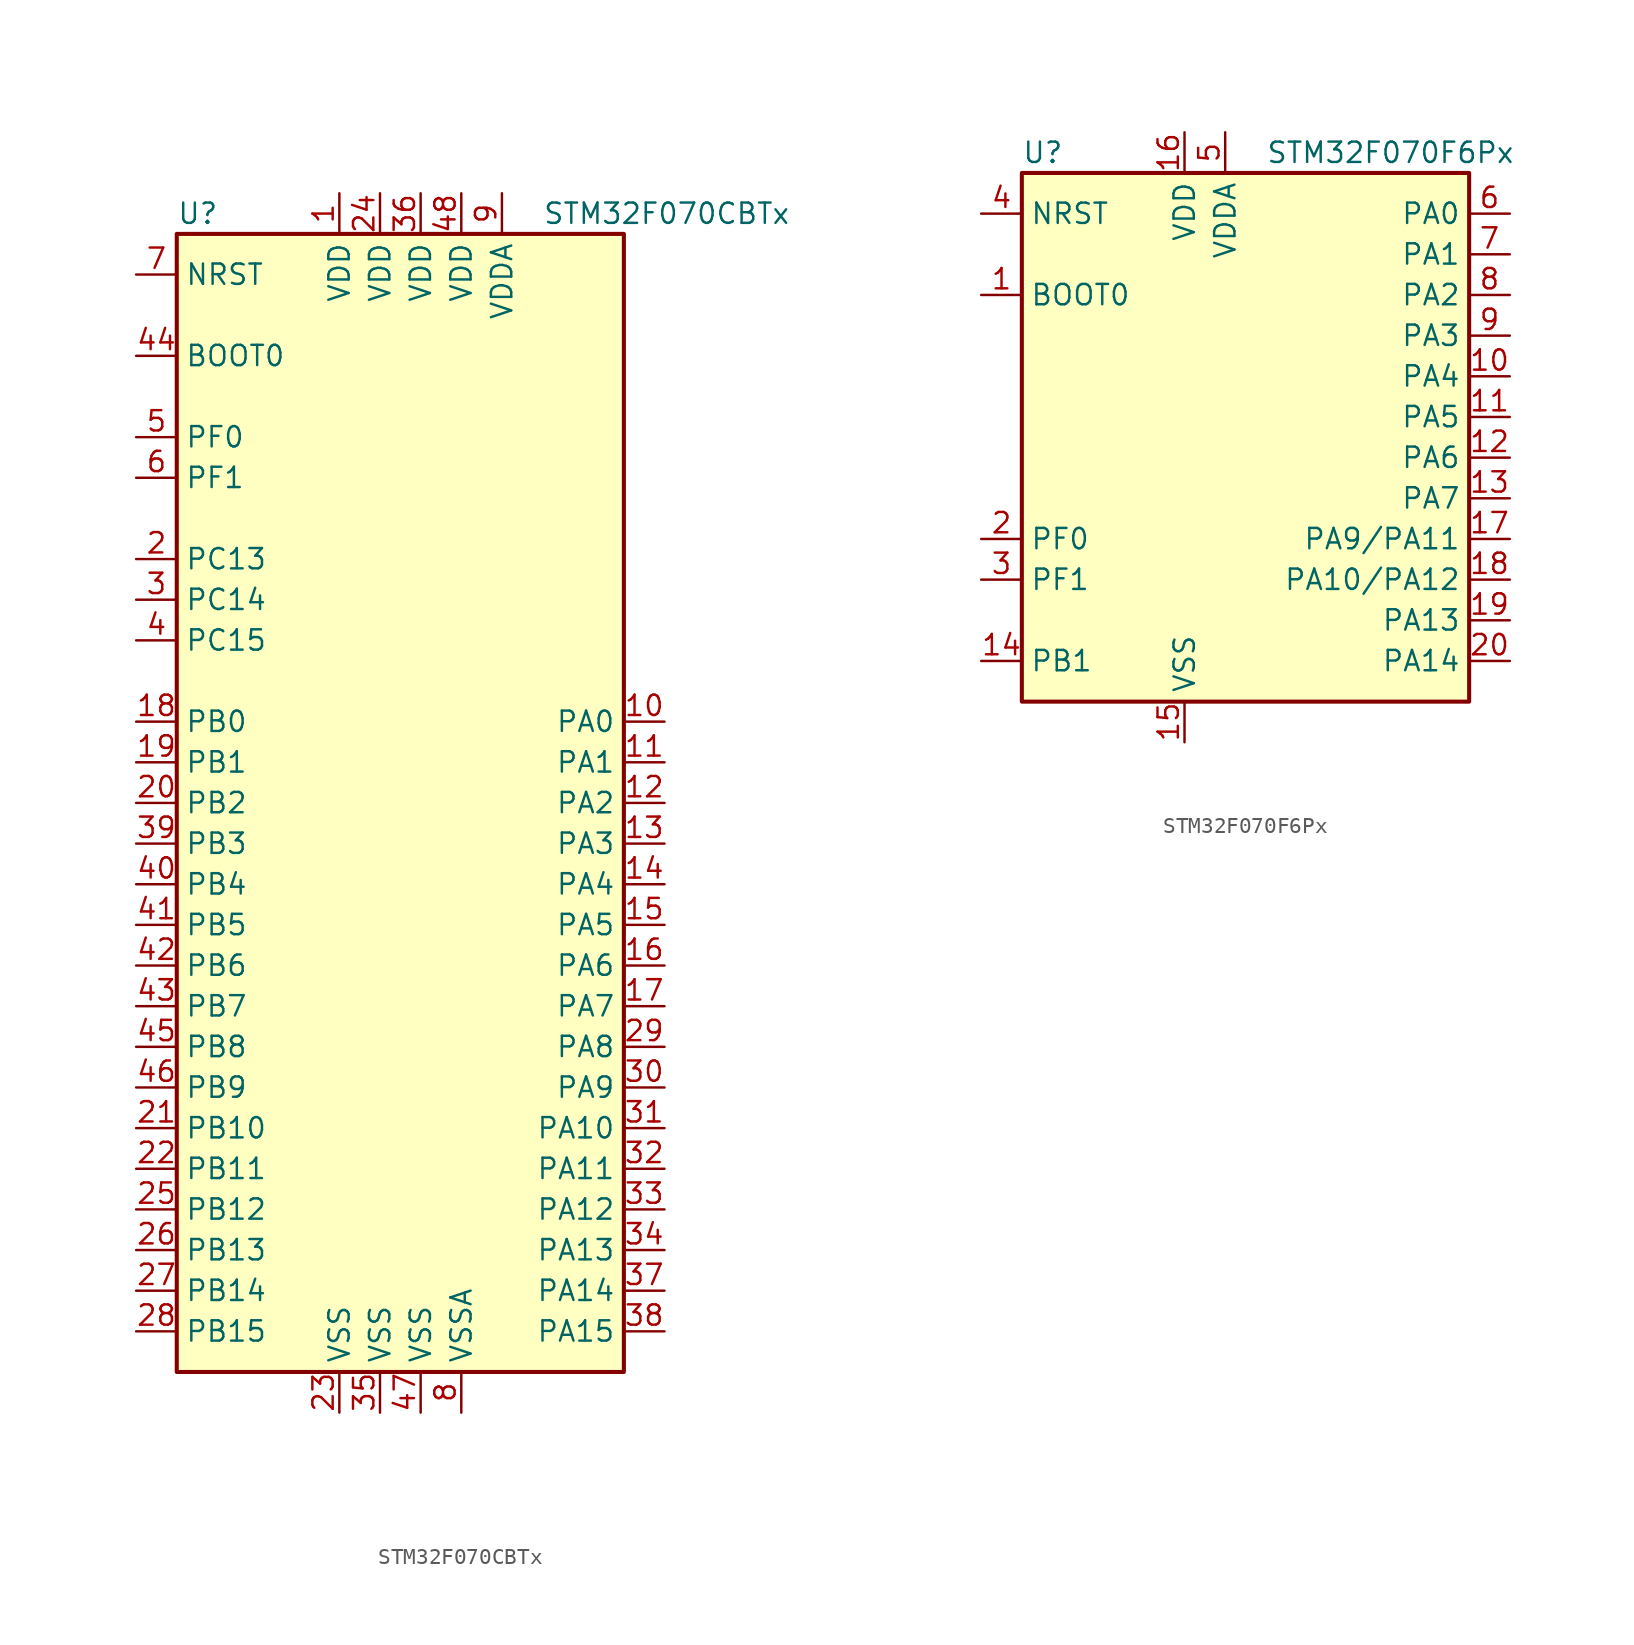
<source format=kicad_sym>
(kicad_symbol_lib
  (version 20201005)
  (generator kicad_symbol_editor)
  (symbol "MCU_ST_STM32F0:STM32F070CBTx"
    (property "Reference" "U"
      (at -15.24 36.83 0)
      (effects (font (size 1.27 1.27)) (justify left)))
    (property "Value" "STM32F070CBTx"
      (at 7.62 36.83 0)
      (effects (font (size 1.27 1.27)) (justify left)))
    (symbol "STM32F070CBTx_0_1"
      (rectangle (start -15.24 -35.56) (end 12.7 35.56) (stroke (width 0.254)) (fill (type background))))
    (symbol "STM32F070CBTx_1_1"
      (pin power_in line (at -5.08 38.1 270) (length 2.54) (name "VDD" (effects (font (size 1.27 1.27)))) (number "1" (effects (font (size 1.27 1.27)))))
      (pin bidirectional line (at 15.24 5.08 180) (length 2.54) (name "PA0" (effects (font (size 1.27 1.27)))) (number "10" (effects (font (size 1.27 1.27)))))
      (pin bidirectional line (at 15.24 2.54 180) (length 2.54) (name "PA1" (effects (font (size 1.27 1.27)))) (number "11" (effects (font (size 1.27 1.27)))))
      (pin bidirectional line (at 15.24 0 180) (length 2.54) (name "PA2" (effects (font (size 1.27 1.27)))) (number "12" (effects (font (size 1.27 1.27)))))
      (pin bidirectional line (at 15.24 -2.54 180) (length 2.54) (name "PA3" (effects (font (size 1.27 1.27)))) (number "13" (effects (font (size 1.27 1.27)))))
      (pin bidirectional line (at 15.24 -5.08 180) (length 2.54) (name "PA4" (effects (font (size 1.27 1.27)))) (number "14" (effects (font (size 1.27 1.27)))))
      (pin bidirectional line (at 15.24 -7.62 180) (length 2.54) (name "PA5" (effects (font (size 1.27 1.27)))) (number "15" (effects (font (size 1.27 1.27)))))
      (pin bidirectional line (at 15.24 -10.16 180) (length 2.54) (name "PA6" (effects (font (size 1.27 1.27)))) (number "16" (effects (font (size 1.27 1.27)))))
      (pin bidirectional line (at 15.24 -12.7 180) (length 2.54) (name "PA7" (effects (font (size 1.27 1.27)))) (number "17" (effects (font (size 1.27 1.27)))))
      (pin bidirectional line (at -17.78 5.08 0) (length 2.54) (name "PB0" (effects (font (size 1.27 1.27)))) (number "18" (effects (font (size 1.27 1.27)))))
      (pin bidirectional line (at -17.78 2.54 0) (length 2.54) (name "PB1" (effects (font (size 1.27 1.27)))) (number "19" (effects (font (size 1.27 1.27)))))
      (pin bidirectional line (at -17.78 15.24 0) (length 2.54) (name "PC13" (effects (font (size 1.27 1.27)))) (number "2" (effects (font (size 1.27 1.27)))))
      (pin bidirectional line (at -17.78 0 0) (length 2.54) (name "PB2" (effects (font (size 1.27 1.27)))) (number "20" (effects (font (size 1.27 1.27)))))
      (pin bidirectional line (at -17.78 -20.32 0) (length 2.54) (name "PB10" (effects (font (size 1.27 1.27)))) (number "21" (effects (font (size 1.27 1.27)))))
      (pin bidirectional line (at -17.78 -22.86 0) (length 2.54) (name "PB11" (effects (font (size 1.27 1.27)))) (number "22" (effects (font (size 1.27 1.27)))))
      (pin power_in line (at -5.08 -38.1 90) (length 2.54) (name "VSS" (effects (font (size 1.27 1.27)))) (number "23" (effects (font (size 1.27 1.27)))))
      (pin power_in line (at -2.54 38.1 270) (length 2.54) (name "VDD" (effects (font (size 1.27 1.27)))) (number "24" (effects (font (size 1.27 1.27)))))
      (pin bidirectional line (at -17.78 -25.4 0) (length 2.54) (name "PB12" (effects (font (size 1.27 1.27)))) (number "25" (effects (font (size 1.27 1.27)))))
      (pin bidirectional line (at -17.78 -27.94 0) (length 2.54) (name "PB13" (effects (font (size 1.27 1.27)))) (number "26" (effects (font (size 1.27 1.27)))))
      (pin bidirectional line (at -17.78 -30.48 0) (length 2.54) (name "PB14" (effects (font (size 1.27 1.27)))) (number "27" (effects (font (size 1.27 1.27)))))
      (pin bidirectional line (at -17.78 -33.02 0) (length 2.54) (name "PB15" (effects (font (size 1.27 1.27)))) (number "28" (effects (font (size 1.27 1.27)))))
      (pin bidirectional line (at 15.24 -15.24 180) (length 2.54) (name "PA8" (effects (font (size 1.27 1.27)))) (number "29" (effects (font (size 1.27 1.27)))))
      (pin bidirectional line (at -17.78 12.7 0) (length 2.54) (name "PC14" (effects (font (size 1.27 1.27)))) (number "3" (effects (font (size 1.27 1.27)))))
      (pin bidirectional line (at 15.24 -17.78 180) (length 2.54) (name "PA9" (effects (font (size 1.27 1.27)))) (number "30" (effects (font (size 1.27 1.27)))))
      (pin bidirectional line (at 15.24 -20.32 180) (length 2.54) (name "PA10" (effects (font (size 1.27 1.27)))) (number "31" (effects (font (size 1.27 1.27)))))
      (pin bidirectional line (at 15.24 -22.86 180) (length 2.54) (name "PA11" (effects (font (size 1.27 1.27)))) (number "32" (effects (font (size 1.27 1.27)))))
      (pin bidirectional line (at 15.24 -25.4 180) (length 2.54) (name "PA12" (effects (font (size 1.27 1.27)))) (number "33" (effects (font (size 1.27 1.27)))))
      (pin bidirectional line (at 15.24 -27.94 180) (length 2.54) (name "PA13" (effects (font (size 1.27 1.27)))) (number "34" (effects (font (size 1.27 1.27)))))
      (pin power_in line (at -2.54 -38.1 90) (length 2.54) (name "VSS" (effects (font (size 1.27 1.27)))) (number "35" (effects (font (size 1.27 1.27)))))
      (pin power_in line (at 0 38.1 270) (length 2.54) (name "VDD" (effects (font (size 1.27 1.27)))) (number "36" (effects (font (size 1.27 1.27)))))
      (pin bidirectional line (at 15.24 -30.48 180) (length 2.54) (name "PA14" (effects (font (size 1.27 1.27)))) (number "37" (effects (font (size 1.27 1.27)))))
      (pin bidirectional line (at 15.24 -33.02 180) (length 2.54) (name "PA15" (effects (font (size 1.27 1.27)))) (number "38" (effects (font (size 1.27 1.27)))))
      (pin bidirectional line (at -17.78 -2.54 0) (length 2.54) (name "PB3" (effects (font (size 1.27 1.27)))) (number "39" (effects (font (size 1.27 1.27)))))
      (pin bidirectional line (at -17.78 10.16 0) (length 2.54) (name "PC15" (effects (font (size 1.27 1.27)))) (number "4" (effects (font (size 1.27 1.27)))))
      (pin bidirectional line (at -17.78 -5.08 0) (length 2.54) (name "PB4" (effects (font (size 1.27 1.27)))) (number "40" (effects (font (size 1.27 1.27)))))
      (pin bidirectional line (at -17.78 -7.62 0) (length 2.54) (name "PB5" (effects (font (size 1.27 1.27)))) (number "41" (effects (font (size 1.27 1.27)))))
      (pin bidirectional line (at -17.78 -10.16 0) (length 2.54) (name "PB6" (effects (font (size 1.27 1.27)))) (number "42" (effects (font (size 1.27 1.27)))))
      (pin bidirectional line (at -17.78 -12.7 0) (length 2.54) (name "PB7" (effects (font (size 1.27 1.27)))) (number "43" (effects (font (size 1.27 1.27)))))
      (pin input line (at -17.78 27.94 0) (length 2.54) (name "BOOT0" (effects (font (size 1.27 1.27)))) (number "44" (effects (font (size 1.27 1.27)))))
      (pin bidirectional line (at -17.78 -15.24 0) (length 2.54) (name "PB8" (effects (font (size 1.27 1.27)))) (number "45" (effects (font (size 1.27 1.27)))))
      (pin bidirectional line (at -17.78 -17.78 0) (length 2.54) (name "PB9" (effects (font (size 1.27 1.27)))) (number "46" (effects (font (size 1.27 1.27)))))
      (pin power_in line (at 0 -38.1 90) (length 2.54) (name "VSS" (effects (font (size 1.27 1.27)))) (number "47" (effects (font (size 1.27 1.27)))))
      (pin power_in line (at 2.54 38.1 270) (length 2.54) (name "VDD" (effects (font (size 1.27 1.27)))) (number "48" (effects (font (size 1.27 1.27)))))
      (pin input line (at -17.78 22.86 0) (length 2.54) (name "PF0" (effects (font (size 1.27 1.27)))) (number "5" (effects (font (size 1.27 1.27)))))
      (pin input line (at -17.78 20.32 0) (length 2.54) (name "PF1" (effects (font (size 1.27 1.27)))) (number "6" (effects (font (size 1.27 1.27)))))
      (pin input line (at -17.78 33.02 0) (length 2.54) (name "NRST" (effects (font (size 1.27 1.27)))) (number "7" (effects (font (size 1.27 1.27)))))
      (pin power_in line (at 2.54 -38.1 90) (length 2.54) (name "VSSA" (effects (font (size 1.27 1.27)))) (number "8" (effects (font (size 1.27 1.27)))))
      (pin power_in line (at 5.08 38.1 270) (length 2.54) (name "VDDA" (effects (font (size 1.27 1.27)))) (number "9" (effects (font (size 1.27 1.27)))))))
  (symbol "MCU_ST_STM32F0:STM32F070F6Px"
    (property "Reference" "U"
      (at -15.24 16.51 0)
      (effects (font (size 1.27 1.27)) (justify left)))
    (property "Value" "STM32F070F6Px"
      (at 0 16.51 0)
      (effects (font (size 1.27 1.27)) (justify left)))
    (symbol "STM32F070F6Px_0_1"
      (rectangle (start -15.24 -17.78) (end 12.7 15.24) (stroke (width 0.254)) (fill (type background))))
    (symbol "STM32F070F6Px_1_1"
      (pin input line (at -17.78 7.62 0) (length 2.54) (name "BOOT0" (effects (font (size 1.27 1.27)))) (number "1" (effects (font (size 1.27 1.27)))))
      (pin bidirectional line (at 15.24 2.54 180) (length 2.54) (name "PA4" (effects (font (size 1.27 1.27)))) (number "10" (effects (font (size 1.27 1.27)))))
      (pin bidirectional line (at 15.24 0 180) (length 2.54) (name "PA5" (effects (font (size 1.27 1.27)))) (number "11" (effects (font (size 1.27 1.27)))))
      (pin bidirectional line (at 15.24 -2.54 180) (length 2.54) (name "PA6" (effects (font (size 1.27 1.27)))) (number "12" (effects (font (size 1.27 1.27)))))
      (pin bidirectional line (at 15.24 -5.08 180) (length 2.54) (name "PA7" (effects (font (size 1.27 1.27)))) (number "13" (effects (font (size 1.27 1.27)))))
      (pin bidirectional line (at -17.78 -15.24 0) (length 2.54) (name "PB1" (effects (font (size 1.27 1.27)))) (number "14" (effects (font (size 1.27 1.27)))))
      (pin power_in line (at -5.08 -20.32 90) (length 2.54) (name "VSS" (effects (font (size 1.27 1.27)))) (number "15" (effects (font (size 1.27 1.27)))))
      (pin power_in line (at -5.08 17.78 270) (length 2.54) (name "VDD" (effects (font (size 1.27 1.27)))) (number "16" (effects (font (size 1.27 1.27)))))
      (pin bidirectional line (at 15.24 -7.62 180) (length 2.54) (name "PA9/PA11" (effects (font (size 1.27 1.27)))) (number "17" (effects (font (size 1.27 1.27)))))
      (pin bidirectional line (at 15.24 -10.16 180) (length 2.54) (name "PA10/PA12" (effects (font (size 1.27 1.27)))) (number "18" (effects (font (size 1.27 1.27)))))
      (pin bidirectional line (at 15.24 -12.7 180) (length 2.54) (name "PA13" (effects (font (size 1.27 1.27)))) (number "19" (effects (font (size 1.27 1.27)))))
      (pin input line (at -17.78 -7.62 0) (length 2.54) (name "PF0" (effects (font (size 1.27 1.27)))) (number "2" (effects (font (size 1.27 1.27)))))
      (pin bidirectional line (at 15.24 -15.24 180) (length 2.54) (name "PA14" (effects (font (size 1.27 1.27)))) (number "20" (effects (font (size 1.27 1.27)))))
      (pin input line (at -17.78 -10.16 0) (length 2.54) (name "PF1" (effects (font (size 1.27 1.27)))) (number "3" (effects (font (size 1.27 1.27)))))
      (pin input line (at -17.78 12.7 0) (length 2.54) (name "NRST" (effects (font (size 1.27 1.27)))) (number "4" (effects (font (size 1.27 1.27)))))
      (pin power_in line (at -2.54 17.78 270) (length 2.54) (name "VDDA" (effects (font (size 1.27 1.27)))) (number "5" (effects (font (size 1.27 1.27)))))
      (pin bidirectional line (at 15.24 12.7 180) (length 2.54) (name "PA0" (effects (font (size 1.27 1.27)))) (number "6" (effects (font (size 1.27 1.27)))))
      (pin bidirectional line (at 15.24 10.16 180) (length 2.54) (name "PA1" (effects (font (size 1.27 1.27)))) (number "7" (effects (font (size 1.27 1.27)))))
      (pin bidirectional line (at 15.24 7.62 180) (length 2.54) (name "PA2" (effects (font (size 1.27 1.27)))) (number "8" (effects (font (size 1.27 1.27)))))
      (pin bidirectional line (at 15.24 5.08 180) (length 2.54) (name "PA3" (effects (font (size 1.27 1.27)))) (number "9" (effects (font (size 1.27 1.27))))))))
</source>
